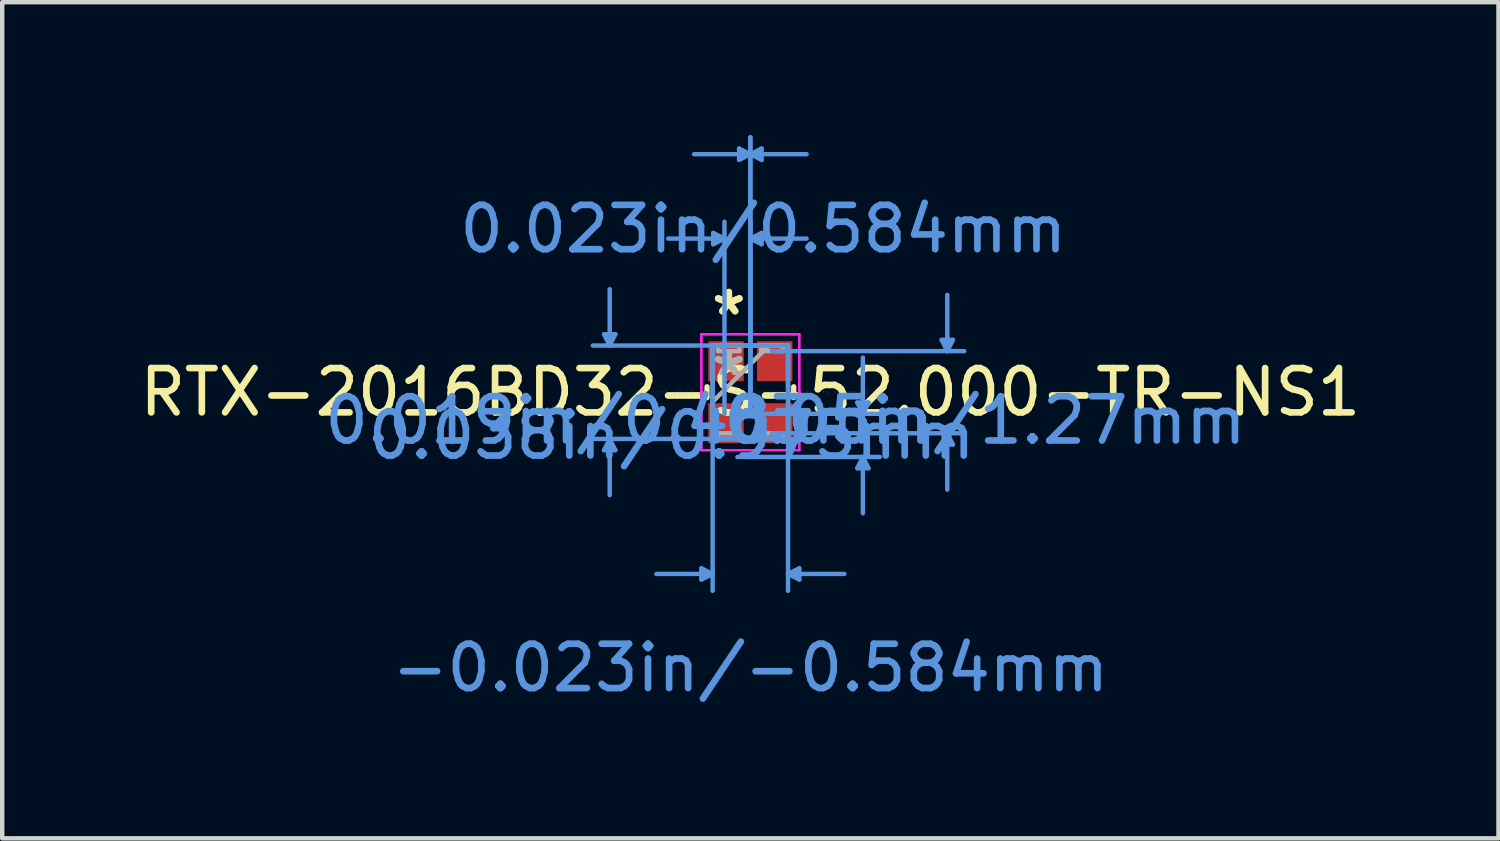
<source format=kicad_pcb>
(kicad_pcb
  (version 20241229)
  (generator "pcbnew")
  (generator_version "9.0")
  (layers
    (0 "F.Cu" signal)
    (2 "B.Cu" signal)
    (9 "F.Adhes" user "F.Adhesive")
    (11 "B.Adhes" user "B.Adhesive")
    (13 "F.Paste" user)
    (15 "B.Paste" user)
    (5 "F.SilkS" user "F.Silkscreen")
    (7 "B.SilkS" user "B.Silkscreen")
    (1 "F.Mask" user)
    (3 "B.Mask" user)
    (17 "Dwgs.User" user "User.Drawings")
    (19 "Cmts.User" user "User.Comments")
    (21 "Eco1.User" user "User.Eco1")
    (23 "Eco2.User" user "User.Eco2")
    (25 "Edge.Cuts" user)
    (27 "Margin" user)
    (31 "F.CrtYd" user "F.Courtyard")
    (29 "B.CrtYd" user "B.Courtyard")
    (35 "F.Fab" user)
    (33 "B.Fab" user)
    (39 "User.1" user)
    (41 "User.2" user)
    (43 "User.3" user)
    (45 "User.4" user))
  (footprint "RTX-2016BD32-S-52.000-TR-NS1"
    (layer "F.Cu")
    (at 13.887 5.803)
    (property "Reference" "RTX-2016BD32-S-52.000-TR-NS1" (at 0 0 0) (layer "F.SilkS") (effects (font (size 1 1) (thickness 0.15))))
    (attr through_hole)
    (fp_line (start -0.978 -0.122) (end -0.978 0.122) (stroke (width 0.12) (type solid)) (layer "F.SilkS"))
    (fp_line (start 0.978 0.122) (end 0.978 -0.122) (stroke (width 0.12) (type solid)) (layer "F.SilkS"))
    (fp_line (start -3.302 -1.308) (end -3.048 -1.308) (stroke (width 0.1) (type solid)) (layer "Cmts.User"))
    (fp_line (start -3.302 1.308) (end -3.048 1.308) (stroke (width 0.1) (type solid)) (layer "Cmts.User"))
    (fp_line (start -3.175 -1.054) (end -3.302 -1.308) (stroke (width 0.1) (type solid)) (layer "Cmts.User"))
    (fp_line (start -3.175 -1.054) (end -3.175 -2.324) (stroke (width 0.1) (type solid)) (layer "Cmts.User"))
    (fp_line (start -3.175 -1.054) (end -3.048 -1.308) (stroke (width 0.1) (type solid)) (layer "Cmts.User"))
    (fp_line (start -3.175 1.054) (end -3.302 1.308) (stroke (width 0.1) (type solid)) (layer "Cmts.User"))
    (fp_line (start -3.175 1.054) (end -3.175 2.324) (stroke (width 0.1) (type solid)) (layer "Cmts.User"))
    (fp_line (start -3.175 1.054) (end -3.048 1.308) (stroke (width 0.1) (type solid)) (layer "Cmts.User"))
    (fp_line (start -1.105 3.975) (end -1.105 4.229) (stroke (width 0.1) (type solid)) (layer "Cmts.User"))
    (fp_line (start -0.851 -1.054) (end -0.851 4.483) (stroke (width 0.1) (type solid)) (layer "Cmts.User"))
    (fp_line (start -0.851 4.102) (end -2.121 4.102) (stroke (width 0.1) (type solid)) (layer "Cmts.User"))
    (fp_line (start -0.851 4.102) (end -1.105 3.975) (stroke (width 0.1) (type solid)) (layer "Cmts.User"))
    (fp_line (start -0.851 4.102) (end -1.105 4.229) (stroke (width 0.1) (type solid)) (layer "Cmts.User"))
    (fp_line (start -0.838 -3.594) (end -0.838 -3.34) (stroke (width 0.1) (type solid)) (layer "Cmts.User"))
    (fp_line (start -0.584 -3.467) (end -1.854 -3.467) (stroke (width 0.1) (type solid)) (layer "Cmts.User"))
    (fp_line (start -0.584 -3.467) (end -0.838 -3.594) (stroke (width 0.1) (type solid)) (layer "Cmts.User"))
    (fp_line (start -0.584 -3.467) (end -0.838 -3.34) (stroke (width 0.1) (type solid)) (layer "Cmts.User"))
    (fp_line (start -0.584 0.487) (end -0.584 -3.848) (stroke (width 0.1) (type solid)) (layer "Cmts.User"))
    (fp_line (start -0.292 0.487) (end 2.921 0.487) (stroke (width 0.1) (type solid)) (layer "Cmts.User"))
    (fp_line (start -0.292 1.462) (end 2.921 1.462) (stroke (width 0.1) (type solid)) (layer "Cmts.User"))
    (fp_line (start -0.254 -5.499) (end -0.254 -5.245) (stroke (width 0.1) (type solid)) (layer "Cmts.User"))
    (fp_line (start 0 -5.372) (end -1.27 -5.372) (stroke (width 0.1) (type solid)) (layer "Cmts.User"))
    (fp_line (start 0 -5.372) (end -0.254 -5.499) (stroke (width 0.1) (type solid)) (layer "Cmts.User"))
    (fp_line (start 0 -5.372) (end -0.254 -5.245) (stroke (width 0.1) (type solid)) (layer "Cmts.User"))
    (fp_line (start 0 -5.372) (end 0.254 -5.499) (stroke (width 0.1) (type solid)) (layer "Cmts.User"))
    (fp_line (start 0 -5.372) (end 0.254 -5.245) (stroke (width 0.1) (type solid)) (layer "Cmts.User"))
    (fp_line (start 0 -5.372) (end 1.27 -5.372) (stroke (width 0.1) (type solid)) (layer "Cmts.User"))
    (fp_line (start 0 -3.467) (end 0.254 -3.594) (stroke (width 0.1) (type solid)) (layer "Cmts.User"))
    (fp_line (start 0 -3.467) (end 0.254 -3.34) (stroke (width 0.1) (type solid)) (layer "Cmts.User"))
    (fp_line (start 0 -3.467) (end 1.27 -3.467) (stroke (width 0.1) (type solid)) (layer "Cmts.User"))
    (fp_line (start 0 0.487) (end 0 -5.753) (stroke (width 0.1) (type solid)) (layer "Cmts.User"))
    (fp_line (start 0 0.487) (end 0 -5.753) (stroke (width 0.1) (type solid)) (layer "Cmts.User"))
    (fp_line (start 0 0.487) (end 0 -3.848) (stroke (width 0.1) (type solid)) (layer "Cmts.User"))
    (fp_line (start 0.254 -5.499) (end 0.254 -5.245) (stroke (width 0.1) (type solid)) (layer "Cmts.User"))
    (fp_line (start 0.254 -3.594) (end 0.254 -3.34) (stroke (width 0.1) (type solid)) (layer "Cmts.User"))
    (fp_line (start 0.487 -0.927) (end 4.826 -0.927) (stroke (width 0.1) (type solid)) (layer "Cmts.User"))
    (fp_line (start 0.487 0.927) (end 4.826 0.927) (stroke (width 0.1) (type solid)) (layer "Cmts.User"))
    (fp_line (start 0.851 -1.054) (end -3.556 -1.054) (stroke (width 0.1) (type solid)) (layer "Cmts.User"))
    (fp_line (start 0.851 -1.054) (end 0.851 4.483) (stroke (width 0.1) (type solid)) (layer "Cmts.User"))
    (fp_line (start 0.851 1.054) (end -3.556 1.054) (stroke (width 0.1) (type solid)) (layer "Cmts.User"))
    (fp_line (start 0.851 4.102) (end 1.105 3.975) (stroke (width 0.1) (type solid)) (layer "Cmts.User"))
    (fp_line (start 0.851 4.102) (end 1.105 4.229) (stroke (width 0.1) (type solid)) (layer "Cmts.User"))
    (fp_line (start 0.851 4.102) (end 2.121 4.102) (stroke (width 0.1) (type solid)) (layer "Cmts.User"))
    (fp_line (start 1.105 3.975) (end 1.105 4.229) (stroke (width 0.1) (type solid)) (layer "Cmts.User"))
    (fp_line (start 2.413 0.234) (end 2.667 0.234) (stroke (width 0.1) (type solid)) (layer "Cmts.User"))
    (fp_line (start 2.413 1.716) (end 2.667 1.716) (stroke (width 0.1) (type solid)) (layer "Cmts.User"))
    (fp_line (start 2.54 0.487) (end 2.413 0.234) (stroke (width 0.1) (type solid)) (layer "Cmts.User"))
    (fp_line (start 2.54 0.487) (end 2.54 -0.782) (stroke (width 0.1) (type solid)) (layer "Cmts.User"))
    (fp_line (start 2.54 0.487) (end 2.667 0.234) (stroke (width 0.1) (type solid)) (layer "Cmts.User"))
    (fp_line (start 2.54 1.462) (end 2.413 1.716) (stroke (width 0.1) (type solid)) (layer "Cmts.User"))
    (fp_line (start 2.54 1.462) (end 2.54 2.732) (stroke (width 0.1) (type solid)) (layer "Cmts.User"))
    (fp_line (start 2.54 1.462) (end 2.667 1.716) (stroke (width 0.1) (type solid)) (layer "Cmts.User"))
    (fp_line (start 4.318 -1.181) (end 4.572 -1.181) (stroke (width 0.1) (type solid)) (layer "Cmts.User"))
    (fp_line (start 4.318 1.181) (end 4.572 1.181) (stroke (width 0.1) (type solid)) (layer "Cmts.User"))
    (fp_line (start 4.445 -0.927) (end 4.318 -1.181) (stroke (width 0.1) (type solid)) (layer "Cmts.User"))
    (fp_line (start 4.445 -0.927) (end 4.445 -2.197) (stroke (width 0.1) (type solid)) (layer "Cmts.User"))
    (fp_line (start 4.445 -0.927) (end 4.572 -1.181) (stroke (width 0.1) (type solid)) (layer "Cmts.User"))
    (fp_line (start 4.445 0.927) (end 4.318 1.181) (stroke (width 0.1) (type solid)) (layer "Cmts.User"))
    (fp_line (start 4.445 0.927) (end 4.445 2.197) (stroke (width 0.1) (type solid)) (layer "Cmts.User"))
    (fp_line (start 4.445 0.927) (end 4.572 1.181) (stroke (width 0.1) (type solid)) (layer "Cmts.User"))
    (fp_line (start -1.105 -1.308) (end -0.983 -1.308) (stroke (width 0.05) (type solid)) (layer "F.CrtYd"))
    (fp_line (start -1.105 -1.308) (end -0.983 -1.308) (stroke (width 0.05) (type solid)) (layer "F.CrtYd"))
    (fp_line (start -1.105 -0.008) (end -1.105 -1.308) (stroke (width 0.05) (type solid)) (layer "F.CrtYd"))
    (fp_line (start -1.105 -0.008) (end -1.105 -1.308) (stroke (width 0.05) (type solid)) (layer "F.CrtYd"))
    (fp_line (start -1.105 -0.008) (end -1.105 -0.008) (stroke (width 0.05) (type solid)) (layer "F.CrtYd"))
    (fp_line (start -1.105 -0.008) (end -1.105 -0.008) (stroke (width 0.05) (type solid)) (layer "F.CrtYd"))
    (fp_line (start -1.105 0.008) (end -1.105 -0.008) (stroke (width 0.05) (type solid)) (layer "F.CrtYd"))
    (fp_line (start -1.105 0.008) (end -1.105 -0.008) (stroke (width 0.05) (type solid)) (layer "F.CrtYd"))
    (fp_line (start -1.105 0.008) (end -1.105 0.008) (stroke (width 0.05) (type solid)) (layer "F.CrtYd"))
    (fp_line (start -1.105 0.008) (end -1.105 0.008) (stroke (width 0.05) (type solid)) (layer "F.CrtYd"))
    (fp_line (start -1.105 1.308) (end -1.105 0.008) (stroke (width 0.05) (type solid)) (layer "F.CrtYd"))
    (fp_line (start -1.105 1.308) (end -1.105 0.008) (stroke (width 0.05) (type solid)) (layer "F.CrtYd"))
    (fp_line (start -0.983 -1.308) (end -0.983 -1.308) (stroke (width 0.05) (type solid)) (layer "F.CrtYd"))
    (fp_line (start -0.983 -1.308) (end -0.983 -1.308) (stroke (width 0.05) (type solid)) (layer "F.CrtYd"))
    (fp_line (start -0.983 -1.308) (end 0.983 -1.308) (stroke (width 0.05) (type solid)) (layer "F.CrtYd"))
    (fp_line (start -0.983 -1.308) (end 0.983 -1.308) (stroke (width 0.05) (type solid)) (layer "F.CrtYd"))
    (fp_line (start -0.983 1.308) (end -1.105 1.308) (stroke (width 0.05) (type solid)) (layer "F.CrtYd"))
    (fp_line (start -0.983 1.308) (end -1.105 1.308) (stroke (width 0.05) (type solid)) (layer "F.CrtYd"))
    (fp_line (start -0.983 1.308) (end -0.983 1.308) (stroke (width 0.05) (type solid)) (layer "F.CrtYd"))
    (fp_line (start -0.983 1.308) (end -0.983 1.308) (stroke (width 0.05) (type solid)) (layer "F.CrtYd"))
    (fp_line (start 0.983 -1.308) (end 0.983 -1.308) (stroke (width 0.05) (type solid)) (layer "F.CrtYd"))
    (fp_line (start 0.983 -1.308) (end 0.983 -1.308) (stroke (width 0.05) (type solid)) (layer "F.CrtYd"))
    (fp_line (start 0.983 -1.308) (end 1.105 -1.308) (stroke (width 0.05) (type solid)) (layer "F.CrtYd"))
    (fp_line (start 0.983 -1.308) (end 1.105 -1.308) (stroke (width 0.05) (type solid)) (layer "F.CrtYd"))
    (fp_line (start 0.983 1.308) (end -0.983 1.308) (stroke (width 0.05) (type solid)) (layer "F.CrtYd"))
    (fp_line (start 0.983 1.308) (end -0.983 1.308) (stroke (width 0.05) (type solid)) (layer "F.CrtYd"))
    (fp_line (start 0.983 1.308) (end 0.983 1.308) (stroke (width 0.05) (type solid)) (layer "F.CrtYd"))
    (fp_line (start 0.983 1.308) (end 0.983 1.308) (stroke (width 0.05) (type solid)) (layer "F.CrtYd"))
    (fp_line (start 1.105 -1.308) (end 1.105 -0.008) (stroke (width 0.05) (type solid)) (layer "F.CrtYd"))
    (fp_line (start 1.105 -1.308) (end 1.105 -0.008) (stroke (width 0.05) (type solid)) (layer "F.CrtYd"))
    (fp_line (start 1.105 -0.008) (end 1.105 -0.008) (stroke (width 0.05) (type solid)) (layer "F.CrtYd"))
    (fp_line (start 1.105 -0.008) (end 1.105 -0.008) (stroke (width 0.05) (type solid)) (layer "F.CrtYd"))
    (fp_line (start 1.105 -0.008) (end 1.105 0.008) (stroke (width 0.05) (type solid)) (layer "F.CrtYd"))
    (fp_line (start 1.105 -0.008) (end 1.105 0.008) (stroke (width 0.05) (type solid)) (layer "F.CrtYd"))
    (fp_line (start 1.105 0.008) (end 1.105 0.008) (stroke (width 0.05) (type solid)) (layer "F.CrtYd"))
    (fp_line (start 1.105 0.008) (end 1.105 0.008) (stroke (width 0.05) (type solid)) (layer "F.CrtYd"))
    (fp_line (start 1.105 0.008) (end 1.105 1.308) (stroke (width 0.05) (type solid)) (layer "F.CrtYd"))
    (fp_line (start 1.105 0.008) (end 1.105 1.308) (stroke (width 0.05) (type solid)) (layer "F.CrtYd"))
    (fp_line (start 1.105 1.308) (end 0.983 1.308) (stroke (width 0.05) (type solid)) (layer "F.CrtYd"))
    (fp_line (start 1.105 1.308) (end 0.983 1.308) (stroke (width 0.05) (type solid)) (layer "F.CrtYd"))
    (fp_line (start -0.851 -1.054) (end -0.851 -1.054) (stroke (width 0.1) (type solid)) (layer "F.Fab"))
    (fp_line (start -0.851 -1.054) (end -0.851 1.054) (stroke (width 0.1) (type solid)) (layer "F.Fab"))
    (fp_line (start -0.851 0.216) (end 0.419 -1.054) (stroke (width 0.1) (type solid)) (layer "F.Fab"))
    (fp_line (start -0.851 1.054) (end -0.851 1.054) (stroke (width 0.1) (type solid)) (layer "F.Fab"))
    (fp_line (start -0.851 1.054) (end 0.851 1.054) (stroke (width 0.1) (type solid)) (layer "F.Fab"))
    (fp_line (start -0.729 -1.054) (end -0.246 -1.054) (stroke (width 0.1) (type solid)) (layer "F.Fab"))
    (fp_line (start -0.729 -0.927) (end -0.729 -1.054) (stroke (width 0.1) (type solid)) (layer "F.Fab"))
    (fp_line (start -0.729 0.927) (end -0.246 0.927) (stroke (width 0.1) (type solid)) (layer "F.Fab"))
    (fp_line (start -0.729 1.054) (end -0.729 0.927) (stroke (width 0.1) (type solid)) (layer "F.Fab"))
    (fp_line (start -0.246 -1.054) (end -0.246 -0.927) (stroke (width 0.1) (type solid)) (layer "F.Fab"))
    (fp_line (start -0.246 -0.927) (end -0.729 -0.927) (stroke (width 0.1) (type solid)) (layer "F.Fab"))
    (fp_line (start -0.246 0.927) (end -0.246 1.054) (stroke (width 0.1) (type solid)) (layer "F.Fab"))
    (fp_line (start -0.246 1.054) (end -0.729 1.054) (stroke (width 0.1) (type solid)) (layer "F.Fab"))
    (fp_line (start 0.246 -1.054) (end 0.729 -1.054) (stroke (width 0.1) (type solid)) (layer "F.Fab"))
    (fp_line (start 0.246 -0.927) (end 0.246 -1.054) (stroke (width 0.1) (type solid)) (layer "F.Fab"))
    (fp_line (start 0.246 0.927) (end 0.729 0.927) (stroke (width 0.1) (type solid)) (layer "F.Fab"))
    (fp_line (start 0.246 1.054) (end 0.246 0.927) (stroke (width 0.1) (type solid)) (layer "F.Fab"))
    (fp_line (start 0.729 -1.054) (end 0.729 -0.927) (stroke (width 0.1) (type solid)) (layer "F.Fab"))
    (fp_line (start 0.729 -0.927) (end 0.246 -0.927) (stroke (width 0.1) (type solid)) (layer "F.Fab"))
    (fp_line (start 0.729 0.927) (end 0.729 1.054) (stroke (width 0.1) (type solid)) (layer "F.Fab"))
    (fp_line (start 0.729 1.054) (end 0.246 1.054) (stroke (width 0.1) (type solid)) (layer "F.Fab"))
    (fp_line (start 0.851 -1.054) (end -0.851 -1.054) (stroke (width 0.1) (type solid)) (layer "F.Fab"))
    (fp_line (start 0.851 -1.054) (end 0.851 -1.054) (stroke (width 0.1) (type solid)) (layer "F.Fab"))
    (fp_line (start 0.851 1.054) (end 0.851 -1.054) (stroke (width 0.1) (type solid)) (layer "F.Fab"))
    (fp_line (start 0.851 1.054) (end 0.851 1.054) (stroke (width 0.1) (type solid)) (layer "F.Fab"))
    (fp_text user "*" (at -0.487 -1.714 0) (layer "F.SilkS") (effects (font (size 1 1) (thickness 0.15))))
    (fp_text user "*" (at -0.487 -1.714 0) (layer "F.SilkS") (effects (font (size 1 1) (thickness 0.15))))
    (fp_text user "0.05in/1.27mm" (at 5.296 0.635 0) (layer "Cmts.User") (effects (font (size 1 1) (thickness 0.15))))
    (fp_text user "0.019in/0.483mm" (at -2.756 0.635 0) (layer "Cmts.User") (effects (font (size 1 1) (thickness 0.15))))
    (fp_text user "0.038in/0.975mm" (at -1.778 0.975 0) (layer "Cmts.User") (effects (font (size 1 1) (thickness 0.15))))
    (fp_text user "0.023in/0.584mm" (at 0.292 -3.683 0) (layer "Cmts.User") (effects (font (size 1 1) (thickness 0.15))))
    (fp_text user "Copyright 2021 Accelerated Designs. All rights reserved." (at 0 0 0) (layer "Cmts.User") (effects (font (size 0.127 0.127) (thickness 0.002))))
    (fp_text user "-0.023in/-0.584mm" (at 0 6.223 0) (layer "Cmts.User") (effects (font (size 1 1) (thickness 0.15))))
    (fp_text user "*" (at -0.487 -0.343 0) (layer "F.Fab") (effects (font (size 1 1) (thickness 0.15))))
    (fp_text user "*" (at -0.487 -0.343 0) (layer "F.Fab") (effects (font (size 1 1) (thickness 0.15))))
    (pad "1" smd rect (at -0.55 -0.7) (size 0.8 0.9) (layers "F.Cu" "F.Mask" "F.Paste"))
    (pad "2" smd rect (at -0.55 0.7) (size 0.8 0.9) (layers "F.Cu" "F.Mask" "F.Paste"))
    (pad "3" smd rect (at 0.55 0.7) (size 0.8 0.9) (layers "F.Cu" "F.Mask" "F.Paste"))
    (pad "4" smd rect (at 0.55 -0.7) (size 0.8 0.9) (layers "F.Cu" "F.Mask" "F.Paste")))
  (gr_rect
    (start -3 -3)
    (end 30.774 15.874)
    (stroke (width 0.1) (type default))
    (fill no)
    (layer "Edge.Cuts")))
</source>
